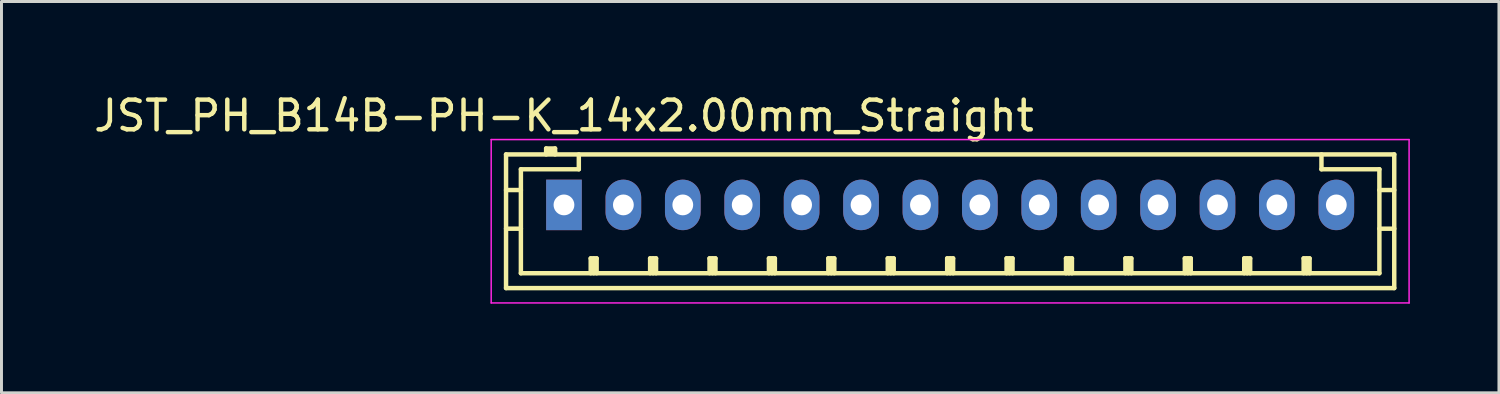
<source format=kicad_pcb>
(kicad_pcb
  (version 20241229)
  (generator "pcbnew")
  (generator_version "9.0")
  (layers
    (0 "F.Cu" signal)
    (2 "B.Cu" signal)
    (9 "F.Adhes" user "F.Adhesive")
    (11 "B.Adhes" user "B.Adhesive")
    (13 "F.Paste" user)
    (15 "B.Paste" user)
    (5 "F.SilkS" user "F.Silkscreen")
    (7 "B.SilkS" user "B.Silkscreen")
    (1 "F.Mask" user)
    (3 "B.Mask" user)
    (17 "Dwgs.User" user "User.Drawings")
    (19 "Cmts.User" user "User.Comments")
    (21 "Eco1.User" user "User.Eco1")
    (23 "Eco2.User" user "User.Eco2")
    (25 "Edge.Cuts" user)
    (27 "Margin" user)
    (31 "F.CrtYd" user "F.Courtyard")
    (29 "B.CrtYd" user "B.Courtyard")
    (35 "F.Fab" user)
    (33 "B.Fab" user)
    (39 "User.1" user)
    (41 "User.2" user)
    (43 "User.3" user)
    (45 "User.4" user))
  (footprint "JST_PH_B14B-PH-K_14x2.00mm_Straight"
    (layer "F.Cu")
    (at 15.935 3.848)
    (property "Reference" "JST_PH_B14B-PH-K_14x2.00mm_Straight" (at 0 -3 0) (layer "F.SilkS") (effects (font (size 1 1) (thickness 0.15))))
    (attr through_hole)
    (fp_line (start -1.95 -1.7) (end 27.95 -1.7) (stroke (width 0.15) (type solid)) (layer "F.SilkS"))
    (fp_line (start -1.95 -0.5) (end -1.45 -0.5) (stroke (width 0.15) (type solid)) (layer "F.SilkS"))
    (fp_line (start -1.95 0.8) (end -1.45 0.8) (stroke (width 0.15) (type solid)) (layer "F.SilkS"))
    (fp_line (start -1.95 2.8) (end -1.95 -1.7) (stroke (width 0.15) (type solid)) (layer "F.SilkS"))
    (fp_line (start -1.45 -1.2) (end -1.45 2.3) (stroke (width 0.15) (type solid)) (layer "F.SilkS"))
    (fp_line (start -1.45 2.3) (end 27.45 2.3) (stroke (width 0.15) (type solid)) (layer "F.SilkS"))
    (fp_line (start -0.6 -1.9) (end -0.6 -1.7) (stroke (width 0.15) (type solid)) (layer "F.SilkS"))
    (fp_line (start -0.3 -1.9) (end -0.6 -1.9) (stroke (width 0.15) (type solid)) (layer "F.SilkS"))
    (fp_line (start -0.3 -1.8) (end -0.6 -1.8) (stroke (width 0.15) (type solid)) (layer "F.SilkS"))
    (fp_line (start -0.3 -1.7) (end -0.3 -1.9) (stroke (width 0.15) (type solid)) (layer "F.SilkS"))
    (fp_line (start 0.5 -1.7) (end 0.5 -1.2) (stroke (width 0.15) (type solid)) (layer "F.SilkS"))
    (fp_line (start 0.5 -1.2) (end -1.45 -1.2) (stroke (width 0.15) (type solid)) (layer "F.SilkS"))
    (fp_line (start 0.9 1.8) (end 1.1 1.8) (stroke (width 0.15) (type solid)) (layer "F.SilkS"))
    (fp_line (start 0.9 2.3) (end 0.9 1.8) (stroke (width 0.15) (type solid)) (layer "F.SilkS"))
    (fp_line (start 1 2.3) (end 1 1.8) (stroke (width 0.15) (type solid)) (layer "F.SilkS"))
    (fp_line (start 1.1 1.8) (end 1.1 2.3) (stroke (width 0.15) (type solid)) (layer "F.SilkS"))
    (fp_line (start 2.9 1.8) (end 3.1 1.8) (stroke (width 0.15) (type solid)) (layer "F.SilkS"))
    (fp_line (start 2.9 2.3) (end 2.9 1.8) (stroke (width 0.15) (type solid)) (layer "F.SilkS"))
    (fp_line (start 3 2.3) (end 3 1.8) (stroke (width 0.15) (type solid)) (layer "F.SilkS"))
    (fp_line (start 3.1 1.8) (end 3.1 2.3) (stroke (width 0.15) (type solid)) (layer "F.SilkS"))
    (fp_line (start 4.9 1.8) (end 5.1 1.8) (stroke (width 0.15) (type solid)) (layer "F.SilkS"))
    (fp_line (start 4.9 2.3) (end 4.9 1.8) (stroke (width 0.15) (type solid)) (layer "F.SilkS"))
    (fp_line (start 5 2.3) (end 5 1.8) (stroke (width 0.15) (type solid)) (layer "F.SilkS"))
    (fp_line (start 5.1 1.8) (end 5.1 2.3) (stroke (width 0.15) (type solid)) (layer "F.SilkS"))
    (fp_line (start 6.9 1.8) (end 7.1 1.8) (stroke (width 0.15) (type solid)) (layer "F.SilkS"))
    (fp_line (start 6.9 2.3) (end 6.9 1.8) (stroke (width 0.15) (type solid)) (layer "F.SilkS"))
    (fp_line (start 7 2.3) (end 7 1.8) (stroke (width 0.15) (type solid)) (layer "F.SilkS"))
    (fp_line (start 7.1 1.8) (end 7.1 2.3) (stroke (width 0.15) (type solid)) (layer "F.SilkS"))
    (fp_line (start 8.9 1.8) (end 9.1 1.8) (stroke (width 0.15) (type solid)) (layer "F.SilkS"))
    (fp_line (start 8.9 2.3) (end 8.9 1.8) (stroke (width 0.15) (type solid)) (layer "F.SilkS"))
    (fp_line (start 9 2.3) (end 9 1.8) (stroke (width 0.15) (type solid)) (layer "F.SilkS"))
    (fp_line (start 9.1 1.8) (end 9.1 2.3) (stroke (width 0.15) (type solid)) (layer "F.SilkS"))
    (fp_line (start 10.9 1.8) (end 11.1 1.8) (stroke (width 0.15) (type solid)) (layer "F.SilkS"))
    (fp_line (start 10.9 2.3) (end 10.9 1.8) (stroke (width 0.15) (type solid)) (layer "F.SilkS"))
    (fp_line (start 11 2.3) (end 11 1.8) (stroke (width 0.15) (type solid)) (layer "F.SilkS"))
    (fp_line (start 11.1 1.8) (end 11.1 2.3) (stroke (width 0.15) (type solid)) (layer "F.SilkS"))
    (fp_line (start 12.9 1.8) (end 13.1 1.8) (stroke (width 0.15) (type solid)) (layer "F.SilkS"))
    (fp_line (start 12.9 2.3) (end 12.9 1.8) (stroke (width 0.15) (type solid)) (layer "F.SilkS"))
    (fp_line (start 13 2.3) (end 13 1.8) (stroke (width 0.15) (type solid)) (layer "F.SilkS"))
    (fp_line (start 13.1 1.8) (end 13.1 2.3) (stroke (width 0.15) (type solid)) (layer "F.SilkS"))
    (fp_line (start 14.9 1.8) (end 15.1 1.8) (stroke (width 0.15) (type solid)) (layer "F.SilkS"))
    (fp_line (start 14.9 2.3) (end 14.9 1.8) (stroke (width 0.15) (type solid)) (layer "F.SilkS"))
    (fp_line (start 15 2.3) (end 15 1.8) (stroke (width 0.15) (type solid)) (layer "F.SilkS"))
    (fp_line (start 15.1 1.8) (end 15.1 2.3) (stroke (width 0.15) (type solid)) (layer "F.SilkS"))
    (fp_line (start 16.9 1.8) (end 17.1 1.8) (stroke (width 0.15) (type solid)) (layer "F.SilkS"))
    (fp_line (start 16.9 2.3) (end 16.9 1.8) (stroke (width 0.15) (type solid)) (layer "F.SilkS"))
    (fp_line (start 17 2.3) (end 17 1.8) (stroke (width 0.15) (type solid)) (layer "F.SilkS"))
    (fp_line (start 17.1 1.8) (end 17.1 2.3) (stroke (width 0.15) (type solid)) (layer "F.SilkS"))
    (fp_line (start 18.9 1.8) (end 19.1 1.8) (stroke (width 0.15) (type solid)) (layer "F.SilkS"))
    (fp_line (start 18.9 2.3) (end 18.9 1.8) (stroke (width 0.15) (type solid)) (layer "F.SilkS"))
    (fp_line (start 19 2.3) (end 19 1.8) (stroke (width 0.15) (type solid)) (layer "F.SilkS"))
    (fp_line (start 19.1 1.8) (end 19.1 2.3) (stroke (width 0.15) (type solid)) (layer "F.SilkS"))
    (fp_line (start 20.9 1.8) (end 21.1 1.8) (stroke (width 0.15) (type solid)) (layer "F.SilkS"))
    (fp_line (start 20.9 2.3) (end 20.9 1.8) (stroke (width 0.15) (type solid)) (layer "F.SilkS"))
    (fp_line (start 21 2.3) (end 21 1.8) (stroke (width 0.15) (type solid)) (layer "F.SilkS"))
    (fp_line (start 21.1 1.8) (end 21.1 2.3) (stroke (width 0.15) (type solid)) (layer "F.SilkS"))
    (fp_line (start 22.9 1.8) (end 23.1 1.8) (stroke (width 0.15) (type solid)) (layer "F.SilkS"))
    (fp_line (start 22.9 2.3) (end 22.9 1.8) (stroke (width 0.15) (type solid)) (layer "F.SilkS"))
    (fp_line (start 23 2.3) (end 23 1.8) (stroke (width 0.15) (type solid)) (layer "F.SilkS"))
    (fp_line (start 23.1 1.8) (end 23.1 2.3) (stroke (width 0.15) (type solid)) (layer "F.SilkS"))
    (fp_line (start 24.9 1.8) (end 25.1 1.8) (stroke (width 0.15) (type solid)) (layer "F.SilkS"))
    (fp_line (start 24.9 2.3) (end 24.9 1.8) (stroke (width 0.15) (type solid)) (layer "F.SilkS"))
    (fp_line (start 25 2.3) (end 25 1.8) (stroke (width 0.15) (type solid)) (layer "F.SilkS"))
    (fp_line (start 25.1 1.8) (end 25.1 2.3) (stroke (width 0.15) (type solid)) (layer "F.SilkS"))
    (fp_line (start 25.5 -1.2) (end 25.5 -1.7) (stroke (width 0.15) (type solid)) (layer "F.SilkS"))
    (fp_line (start 27.45 -1.2) (end 25.5 -1.2) (stroke (width 0.15) (type solid)) (layer "F.SilkS"))
    (fp_line (start 27.45 -0.5) (end 27.95 -0.5) (stroke (width 0.15) (type solid)) (layer "F.SilkS"))
    (fp_line (start 27.45 0.8) (end 27.95 0.8) (stroke (width 0.15) (type solid)) (layer "F.SilkS"))
    (fp_line (start 27.45 2.3) (end 27.45 -1.2) (stroke (width 0.15) (type solid)) (layer "F.SilkS"))
    (fp_line (start 27.95 -1.7) (end 27.95 2.8) (stroke (width 0.15) (type solid)) (layer "F.SilkS"))
    (fp_line (start 27.95 2.8) (end -1.95 2.8) (stroke (width 0.15) (type solid)) (layer "F.SilkS"))
    (fp_line (start -2.45 -2.2) (end 28.45 -2.2) (stroke (width 0.05) (type solid)) (layer "F.CrtYd"))
    (fp_line (start -2.45 3.3) (end -2.45 -2.2) (stroke (width 0.05) (type solid)) (layer "F.CrtYd"))
    (fp_line (start 28.45 -2.2) (end 28.45 3.3) (stroke (width 0.05) (type solid)) (layer "F.CrtYd"))
    (fp_line (start 28.45 3.3) (end -2.45 3.3) (stroke (width 0.05) (type solid)) (layer "F.CrtYd"))
    (pad "1" thru_hole rect (at 0 0) (size 1.2 1.7) (drill 0.7) (layers "*.Cu" "*.Mask"))
    (pad "2" thru_hole oval (at 2 0) (size 1.2 1.7) (drill 0.7) (layers "*.Cu" "*.Mask"))
    (pad "3" thru_hole oval (at 4 0) (size 1.2 1.7) (drill 0.7) (layers "*.Cu" "*.Mask"))
    (pad "4" thru_hole oval (at 6 0) (size 1.2 1.7) (drill 0.7) (layers "*.Cu" "*.Mask"))
    (pad "5" thru_hole oval (at 8 0) (size 1.2 1.7) (drill 0.7) (layers "*.Cu" "*.Mask"))
    (pad "6" thru_hole oval (at 10 0) (size 1.2 1.7) (drill 0.7) (layers "*.Cu" "*.Mask"))
    (pad "7" thru_hole oval (at 12 0) (size 1.2 1.7) (drill 0.7) (layers "*.Cu" "*.Mask"))
    (pad "8" thru_hole oval (at 14 0) (size 1.2 1.7) (drill 0.7) (layers "*.Cu" "*.Mask"))
    (pad "9" thru_hole oval (at 16 0) (size 1.2 1.7) (drill 0.7) (layers "*.Cu" "*.Mask"))
    (pad "10" thru_hole oval (at 18 0) (size 1.2 1.7) (drill 0.7) (layers "*.Cu" "*.Mask"))
    (pad "11" thru_hole oval (at 20 0) (size 1.2 1.7) (drill 0.7) (layers "*.Cu" "*.Mask"))
    (pad "12" thru_hole oval (at 22 0) (size 1.2 1.7) (drill 0.7) (layers "*.Cu" "*.Mask"))
    (pad "13" thru_hole oval (at 24 0) (size 1.2 1.7) (drill 0.7) (layers "*.Cu" "*.Mask"))
    (pad "14" thru_hole oval (at 26 0) (size 1.2 1.7) (drill 0.7) (layers "*.Cu" "*.Mask")))
  (gr_rect
    (start -3 -3)
    (end 47.41 10.173)
    (stroke (width 0.1) (type default))
    (fill no)
    (layer "Edge.Cuts")))
</source>
